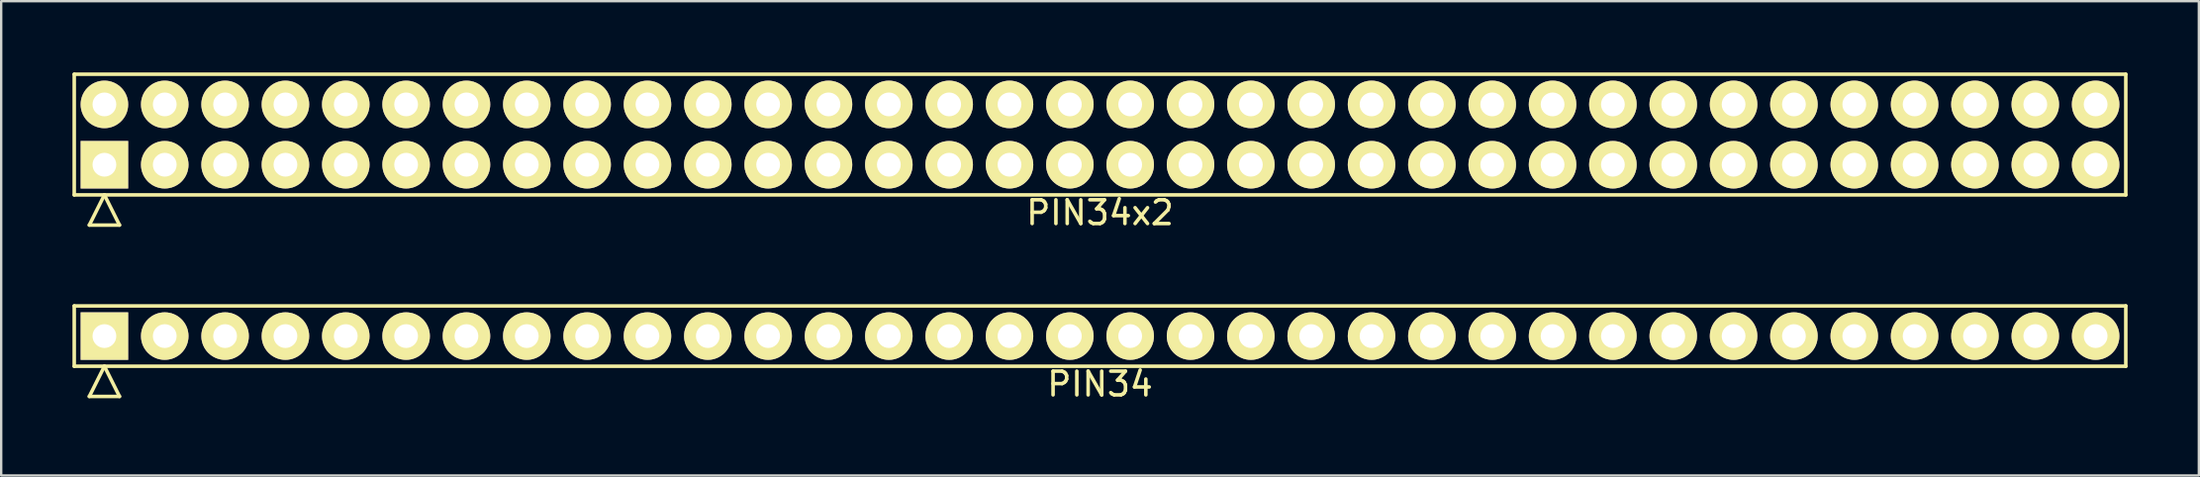
<source format=kicad_pcb>
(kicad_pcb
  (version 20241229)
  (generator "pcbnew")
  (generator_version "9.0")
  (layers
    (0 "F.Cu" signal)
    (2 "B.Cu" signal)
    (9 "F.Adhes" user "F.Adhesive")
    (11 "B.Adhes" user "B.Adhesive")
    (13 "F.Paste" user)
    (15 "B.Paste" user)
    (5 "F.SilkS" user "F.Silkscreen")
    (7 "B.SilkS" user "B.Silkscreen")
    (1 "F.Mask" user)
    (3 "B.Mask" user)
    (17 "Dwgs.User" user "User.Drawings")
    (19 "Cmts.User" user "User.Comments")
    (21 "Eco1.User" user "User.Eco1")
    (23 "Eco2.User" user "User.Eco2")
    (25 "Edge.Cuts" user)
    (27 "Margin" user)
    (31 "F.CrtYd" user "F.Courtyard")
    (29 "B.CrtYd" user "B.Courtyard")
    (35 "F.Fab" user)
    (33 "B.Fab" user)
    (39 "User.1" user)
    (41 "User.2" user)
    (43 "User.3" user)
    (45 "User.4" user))
  (footprint "PIN34"
    (layer "F.Cu")
    (at 43.255 11.098)
    (property "Reference" "PIN34" (at 0 2.02 0) (layer "F.SilkS") (effects (font (size 1 1) (thickness 0.15))))
    (attr through_hole)
    (fp_line (start -43.18 -1.27) (end -43.18 1.27) (stroke (width 0.15) (type solid)) (layer "F.SilkS"))
    (fp_line (start -43.18 1.27) (end 43.18 1.27) (stroke (width 0.15) (type solid)) (layer "F.SilkS"))
    (fp_line (start -42.545 2.54) (end -41.91 1.27) (stroke (width 0.15) (type solid)) (layer "F.SilkS"))
    (fp_line (start -42.545 2.54) (end -41.275 2.54) (stroke (width 0.15) (type solid)) (layer "F.SilkS"))
    (fp_line (start -41.275 2.54) (end -41.91 1.27) (stroke (width 0.15) (type solid)) (layer "F.SilkS"))
    (fp_line (start 43.18 -1.27) (end -43.18 -1.27) (stroke (width 0.15) (type solid)) (layer "F.SilkS"))
    (fp_line (start 43.18 1.27) (end 43.18 -1.27) (stroke (width 0.15) (type solid)) (layer "F.SilkS"))
    (pad "1" thru_hole rect (at -41.91 0) (size 2 2) (drill 1) (layers "*.Cu" "*.Mask" "F.SilkS"))
    (pad "2" thru_hole oval (at -39.37 0) (size 2 2) (drill 1) (layers "*.Cu" "*.Mask" "F.SilkS"))
    (pad "3" thru_hole oval (at -36.83 0) (size 2 2) (drill 1) (layers "*.Cu" "*.Mask" "F.SilkS"))
    (pad "4" thru_hole oval (at -34.29 0) (size 2 2) (drill 1) (layers "*.Cu" "*.Mask" "F.SilkS"))
    (pad "5" thru_hole oval (at -31.75 0) (size 2 2) (drill 1) (layers "*.Cu" "*.Mask" "F.SilkS"))
    (pad "6" thru_hole oval (at -29.21 0) (size 2 2) (drill 1) (layers "*.Cu" "*.Mask" "F.SilkS"))
    (pad "7" thru_hole oval (at -26.67 0) (size 2 2) (drill 1) (layers "*.Cu" "*.Mask" "F.SilkS"))
    (pad "8" thru_hole oval (at -24.13 0) (size 2 2) (drill 1) (layers "*.Cu" "*.Mask" "F.SilkS"))
    (pad "9" thru_hole oval (at -21.59 0) (size 2 2) (drill 1) (layers "*.Cu" "*.Mask" "F.SilkS"))
    (pad "10" thru_hole oval (at -19.05 0) (size 2 2) (drill 1) (layers "*.Cu" "*.Mask" "F.SilkS"))
    (pad "11" thru_hole oval (at -16.51 0) (size 2 2) (drill 1) (layers "*.Cu" "*.Mask" "F.SilkS"))
    (pad "12" thru_hole oval (at -13.97 0) (size 2 2) (drill 1) (layers "*.Cu" "*.Mask" "F.SilkS"))
    (pad "13" thru_hole oval (at -11.43 0) (size 2 2) (drill 1) (layers "*.Cu" "*.Mask" "F.SilkS"))
    (pad "14" thru_hole oval (at -8.89 0) (size 2 2) (drill 1) (layers "*.Cu" "*.Mask" "F.SilkS"))
    (pad "15" thru_hole oval (at -6.35 0) (size 2 2) (drill 1) (layers "*.Cu" "*.Mask" "F.SilkS"))
    (pad "16" thru_hole oval (at -3.81 0) (size 2 2) (drill 1) (layers "*.Cu" "*.Mask" "F.SilkS"))
    (pad "17" thru_hole oval (at -1.27 0) (size 2 2) (drill 1) (layers "*.Cu" "*.Mask" "F.SilkS"))
    (pad "18" thru_hole oval (at 1.27 0) (size 2 2) (drill 1) (layers "*.Cu" "*.Mask" "F.SilkS"))
    (pad "19" thru_hole oval (at 3.81 0) (size 2 2) (drill 1) (layers "*.Cu" "*.Mask" "F.SilkS"))
    (pad "20" thru_hole oval (at 6.35 0) (size 2 2) (drill 1) (layers "*.Cu" "*.Mask" "F.SilkS"))
    (pad "21" thru_hole oval (at 8.89 0) (size 2 2) (drill 1) (layers "*.Cu" "*.Mask" "F.SilkS"))
    (pad "22" thru_hole oval (at 11.43 0) (size 2 2) (drill 1) (layers "*.Cu" "*.Mask" "F.SilkS"))
    (pad "23" thru_hole oval (at 13.97 0) (size 2 2) (drill 1) (layers "*.Cu" "*.Mask" "F.SilkS"))
    (pad "24" thru_hole oval (at 16.51 0) (size 2 2) (drill 1) (layers "*.Cu" "*.Mask" "F.SilkS"))
    (pad "25" thru_hole oval (at 19.05 0) (size 2 2) (drill 1) (layers "*.Cu" "*.Mask" "F.SilkS"))
    (pad "26" thru_hole oval (at 21.59 0) (size 2 2) (drill 1) (layers "*.Cu" "*.Mask" "F.SilkS"))
    (pad "27" thru_hole oval (at 24.13 0) (size 2 2) (drill 1) (layers "*.Cu" "*.Mask" "F.SilkS"))
    (pad "28" thru_hole oval (at 26.67 0) (size 2 2) (drill 1) (layers "*.Cu" "*.Mask" "F.SilkS"))
    (pad "29" thru_hole oval (at 29.21 0) (size 2 2) (drill 1) (layers "*.Cu" "*.Mask" "F.SilkS"))
    (pad "30" thru_hole oval (at 31.75 0) (size 2 2) (drill 1) (layers "*.Cu" "*.Mask" "F.SilkS"))
    (pad "31" thru_hole oval (at 34.29 0) (size 2 2) (drill 1) (layers "*.Cu" "*.Mask" "F.SilkS"))
    (pad "32" thru_hole oval (at 36.83 0) (size 2 2) (drill 1) (layers "*.Cu" "*.Mask" "F.SilkS"))
    (pad "33" thru_hole oval (at 39.37 0) (size 2 2) (drill 1) (layers "*.Cu" "*.Mask" "F.SilkS"))
    (pad "34" thru_hole oval (at 41.91 0) (size 2 2) (drill 1) (layers "*.Cu" "*.Mask" "F.SilkS")))
  (footprint "PIN34x2"
    (layer "F.Cu")
    (at 43.255 2.615)
    (property "Reference" "PIN34x2" (at 0 3.29 0) (layer "F.SilkS") (effects (font (size 1 1) (thickness 0.15))))
    (attr through_hole)
    (fp_line (start -43.18 -2.54) (end -43.18 2.54) (stroke (width 0.15) (type solid)) (layer "F.SilkS"))
    (fp_line (start -43.18 2.54) (end 43.18 2.54) (stroke (width 0.15) (type solid)) (layer "F.SilkS"))
    (fp_line (start -42.545 3.81) (end -41.91 2.54) (stroke (width 0.15) (type solid)) (layer "F.SilkS"))
    (fp_line (start -42.545 3.81) (end -41.275 3.81) (stroke (width 0.15) (type solid)) (layer "F.SilkS"))
    (fp_line (start -41.275 3.81) (end -41.91 2.54) (stroke (width 0.15) (type solid)) (layer "F.SilkS"))
    (fp_line (start 43.18 -2.54) (end -43.18 -2.54) (stroke (width 0.15) (type solid)) (layer "F.SilkS"))
    (fp_line (start 43.18 2.54) (end 43.18 -2.54) (stroke (width 0.15) (type solid)) (layer "F.SilkS"))
    (pad "1" thru_hole rect (at -41.91 1.27) (size 2 2) (drill 1) (layers "*.Cu" "*.Mask" "F.SilkS"))
    (pad "2" thru_hole oval (at -41.91 -1.27) (size 2 2) (drill 1) (layers "*.Cu" "*.Mask" "F.SilkS"))
    (pad "3" thru_hole oval (at -39.37 1.27) (size 2 2) (drill 1) (layers "*.Cu" "*.Mask" "F.SilkS"))
    (pad "4" thru_hole oval (at -39.37 -1.27) (size 2 2) (drill 1) (layers "*.Cu" "*.Mask" "F.SilkS"))
    (pad "5" thru_hole oval (at -36.83 1.27) (size 2 2) (drill 1) (layers "*.Cu" "*.Mask" "F.SilkS"))
    (pad "6" thru_hole oval (at -36.83 -1.27) (size 2 2) (drill 1) (layers "*.Cu" "*.Mask" "F.SilkS"))
    (pad "7" thru_hole oval (at -34.29 1.27) (size 2 2) (drill 1) (layers "*.Cu" "*.Mask" "F.SilkS"))
    (pad "8" thru_hole oval (at -34.29 -1.27) (size 2 2) (drill 1) (layers "*.Cu" "*.Mask" "F.SilkS"))
    (pad "9" thru_hole oval (at -31.75 1.27) (size 2 2) (drill 1) (layers "*.Cu" "*.Mask" "F.SilkS"))
    (pad "10" thru_hole oval (at -31.75 -1.27) (size 2 2) (drill 1) (layers "*.Cu" "*.Mask" "F.SilkS"))
    (pad "11" thru_hole oval (at -29.21 1.27) (size 2 2) (drill 1) (layers "*.Cu" "*.Mask" "F.SilkS"))
    (pad "12" thru_hole oval (at -29.21 -1.27) (size 2 2) (drill 1) (layers "*.Cu" "*.Mask" "F.SilkS"))
    (pad "13" thru_hole oval (at -26.67 1.27) (size 2 2) (drill 1) (layers "*.Cu" "*.Mask" "F.SilkS"))
    (pad "14" thru_hole oval (at -26.67 -1.27) (size 2 2) (drill 1) (layers "*.Cu" "*.Mask" "F.SilkS"))
    (pad "15" thru_hole oval (at -24.13 1.27) (size 2 2) (drill 1) (layers "*.Cu" "*.Mask" "F.SilkS"))
    (pad "16" thru_hole oval (at -24.13 -1.27) (size 2 2) (drill 1) (layers "*.Cu" "*.Mask" "F.SilkS"))
    (pad "17" thru_hole oval (at -21.59 1.27) (size 2 2) (drill 1) (layers "*.Cu" "*.Mask" "F.SilkS"))
    (pad "18" thru_hole oval (at -21.59 -1.27) (size 2 2) (drill 1) (layers "*.Cu" "*.Mask" "F.SilkS"))
    (pad "19" thru_hole oval (at -19.05 1.27) (size 2 2) (drill 1) (layers "*.Cu" "*.Mask" "F.SilkS"))
    (pad "20" thru_hole oval (at -19.05 -1.27) (size 2 2) (drill 1) (layers "*.Cu" "*.Mask" "F.SilkS"))
    (pad "21" thru_hole oval (at -16.51 1.27) (size 2 2) (drill 1) (layers "*.Cu" "*.Mask" "F.SilkS"))
    (pad "22" thru_hole oval (at -16.51 -1.27) (size 2 2) (drill 1) (layers "*.Cu" "*.Mask" "F.SilkS"))
    (pad "23" thru_hole oval (at -13.97 1.27) (size 2 2) (drill 1) (layers "*.Cu" "*.Mask" "F.SilkS"))
    (pad "24" thru_hole oval (at -13.97 -1.27) (size 2 2) (drill 1) (layers "*.Cu" "*.Mask" "F.SilkS"))
    (pad "25" thru_hole oval (at -11.43 1.27) (size 2 2) (drill 1) (layers "*.Cu" "*.Mask" "F.SilkS"))
    (pad "26" thru_hole oval (at -11.43 -1.27) (size 2 2) (drill 1) (layers "*.Cu" "*.Mask" "F.SilkS"))
    (pad "27" thru_hole oval (at -8.89 1.27) (size 2 2) (drill 1) (layers "*.Cu" "*.Mask" "F.SilkS"))
    (pad "28" thru_hole oval (at -8.89 -1.27) (size 2 2) (drill 1) (layers "*.Cu" "*.Mask" "F.SilkS"))
    (pad "29" thru_hole oval (at -6.35 1.27) (size 2 2) (drill 1) (layers "*.Cu" "*.Mask" "F.SilkS"))
    (pad "30" thru_hole oval (at -6.35 -1.27) (size 2 2) (drill 1) (layers "*.Cu" "*.Mask" "F.SilkS"))
    (pad "31" thru_hole oval (at -3.81 1.27) (size 2 2) (drill 1) (layers "*.Cu" "*.Mask" "F.SilkS"))
    (pad "32" thru_hole oval (at -3.81 -1.27) (size 2 2) (drill 1) (layers "*.Cu" "*.Mask" "F.SilkS"))
    (pad "33" thru_hole oval (at -1.27 1.27) (size 2 2) (drill 1) (layers "*.Cu" "*.Mask" "F.SilkS"))
    (pad "34" thru_hole oval (at -1.27 -1.27) (size 2 2) (drill 1) (layers "*.Cu" "*.Mask" "F.SilkS"))
    (pad "35" thru_hole oval (at 1.27 1.27) (size 2 2) (drill 1) (layers "*.Cu" "*.Mask" "F.SilkS"))
    (pad "36" thru_hole oval (at 1.27 -1.27) (size 2 2) (drill 1) (layers "*.Cu" "*.Mask" "F.SilkS"))
    (pad "37" thru_hole oval (at 3.81 1.27) (size 2 2) (drill 1) (layers "*.Cu" "*.Mask" "F.SilkS"))
    (pad "38" thru_hole oval (at 3.81 -1.27) (size 2 2) (drill 1) (layers "*.Cu" "*.Mask" "F.SilkS"))
    (pad "39" thru_hole oval (at 6.35 1.27) (size 2 2) (drill 1) (layers "*.Cu" "*.Mask" "F.SilkS"))
    (pad "40" thru_hole oval (at 6.35 -1.27) (size 2 2) (drill 1) (layers "*.Cu" "*.Mask" "F.SilkS"))
    (pad "41" thru_hole oval (at 8.89 1.27) (size 2 2) (drill 1) (layers "*.Cu" "*.Mask" "F.SilkS"))
    (pad "42" thru_hole oval (at 8.89 -1.27) (size 2 2) (drill 1) (layers "*.Cu" "*.Mask" "F.SilkS"))
    (pad "43" thru_hole oval (at 11.43 1.27) (size 2 2) (drill 1) (layers "*.Cu" "*.Mask" "F.SilkS"))
    (pad "44" thru_hole oval (at 11.43 -1.27) (size 2 2) (drill 1) (layers "*.Cu" "*.Mask" "F.SilkS"))
    (pad "45" thru_hole oval (at 13.97 1.27) (size 2 2) (drill 1) (layers "*.Cu" "*.Mask" "F.SilkS"))
    (pad "46" thru_hole oval (at 13.97 -1.27) (size 2 2) (drill 1) (layers "*.Cu" "*.Mask" "F.SilkS"))
    (pad "47" thru_hole oval (at 16.51 1.27) (size 2 2) (drill 1) (layers "*.Cu" "*.Mask" "F.SilkS"))
    (pad "48" thru_hole oval (at 16.51 -1.27) (size 2 2) (drill 1) (layers "*.Cu" "*.Mask" "F.SilkS"))
    (pad "49" thru_hole oval (at 19.05 1.27) (size 2 2) (drill 1) (layers "*.Cu" "*.Mask" "F.SilkS"))
    (pad "50" thru_hole oval (at 19.05 -1.27) (size 2 2) (drill 1) (layers "*.Cu" "*.Mask" "F.SilkS"))
    (pad "51" thru_hole oval (at 21.59 1.27) (size 2 2) (drill 1) (layers "*.Cu" "*.Mask" "F.SilkS"))
    (pad "52" thru_hole oval (at 21.59 -1.27) (size 2 2) (drill 1) (layers "*.Cu" "*.Mask" "F.SilkS"))
    (pad "53" thru_hole oval (at 24.13 1.27) (size 2 2) (drill 1) (layers "*.Cu" "*.Mask" "F.SilkS"))
    (pad "54" thru_hole oval (at 24.13 -1.27) (size 2 2) (drill 1) (layers "*.Cu" "*.Mask" "F.SilkS"))
    (pad "55" thru_hole oval (at 26.67 1.27) (size 2 2) (drill 1) (layers "*.Cu" "*.Mask" "F.SilkS"))
    (pad "56" thru_hole oval (at 26.67 -1.27) (size 2 2) (drill 1) (layers "*.Cu" "*.Mask" "F.SilkS"))
    (pad "57" thru_hole oval (at 29.21 1.27) (size 2 2) (drill 1) (layers "*.Cu" "*.Mask" "F.SilkS"))
    (pad "58" thru_hole oval (at 29.21 -1.27) (size 2 2) (drill 1) (layers "*.Cu" "*.Mask" "F.SilkS"))
    (pad "59" thru_hole oval (at 31.75 1.27) (size 2 2) (drill 1) (layers "*.Cu" "*.Mask" "F.SilkS"))
    (pad "60" thru_hole oval (at 31.75 -1.27) (size 2 2) (drill 1) (layers "*.Cu" "*.Mask" "F.SilkS"))
    (pad "61" thru_hole oval (at 34.29 1.27) (size 2 2) (drill 1) (layers "*.Cu" "*.Mask" "F.SilkS"))
    (pad "62" thru_hole oval (at 34.29 -1.27) (size 2 2) (drill 1) (layers "*.Cu" "*.Mask" "F.SilkS"))
    (pad "63" thru_hole oval (at 36.83 1.27) (size 2 2) (drill 1) (layers "*.Cu" "*.Mask" "F.SilkS"))
    (pad "64" thru_hole oval (at 36.83 -1.27) (size 2 2) (drill 1) (layers "*.Cu" "*.Mask" "F.SilkS"))
    (pad "65" thru_hole oval (at 39.37 1.27) (size 2 2) (drill 1) (layers "*.Cu" "*.Mask" "F.SilkS"))
    (pad "66" thru_hole oval (at 39.37 -1.27) (size 2 2) (drill 1) (layers "*.Cu" "*.Mask" "F.SilkS"))
    (pad "67" thru_hole oval (at 41.91 1.27) (size 2 2) (drill 1) (layers "*.Cu" "*.Mask" "F.SilkS"))
    (pad "68" thru_hole oval (at 41.91 -1.27) (size 2 2) (drill 1) (layers "*.Cu" "*.Mask" "F.SilkS")))
  (gr_rect
    (start -3 -3)
    (end 89.51 16.966)
    (stroke (width 0.1) (type default))
    (fill no)
    (layer "Edge.Cuts")))
</source>
